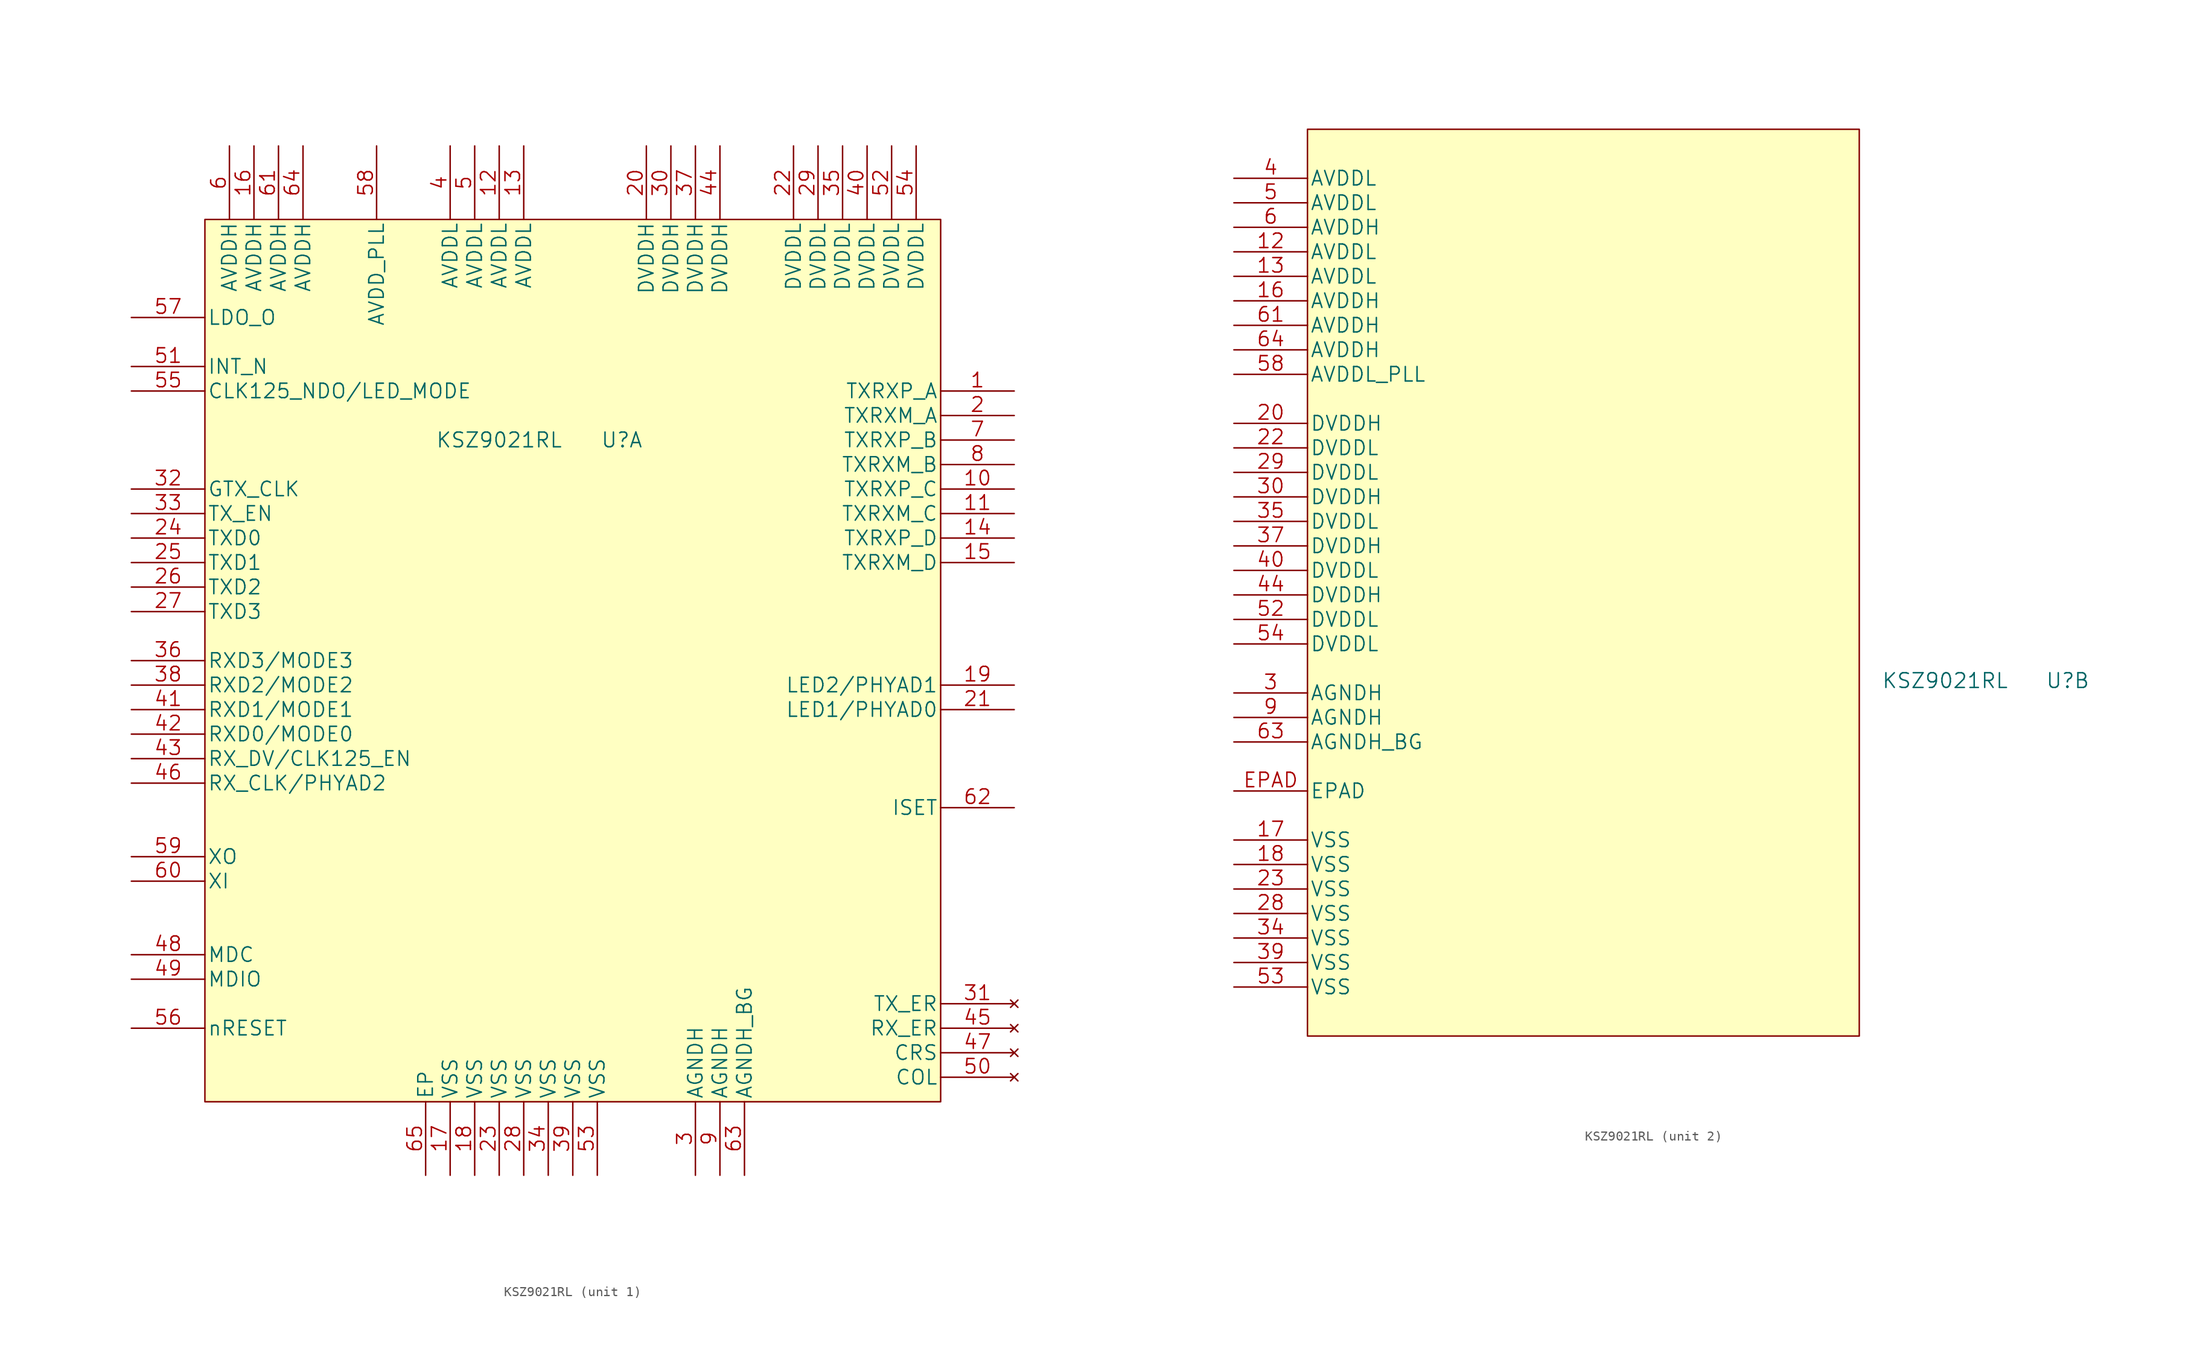
<source format=kicad_sym>
(kicad_symbol_lib
  (version 20211014)
  (generator kicad_symbol_editor)
  (symbol "KSZ9021RL"
    (pin_names
      (offset 0.254))
    (property "Reference" "U"
      (at 43.18 -22.86 0)
      (effects (font (size 1.524 1.524))))
    (property "Value" "KSZ9021RL"
      (at 30.48 -22.86 0)
      (effects (font (size 1.524 1.524))))
    (property "ki_locked" ""
      (at 0 0 0)
      (effects (font (size 1.27 1.27))))
    (symbol "KSZ9021RL_1_1"
      (rectangle (start 0 0) (end 76.2 -91.44) (stroke (width 0) (type default) (color 0 0 0 0)) (fill (type background)))
      (pin bidirectional line (at 83.82 -17.78 180) (length 7.62) (name "TXRXP_A" (effects (font (size 1.499 1.499)))) (number "1" (effects (font (size 1.499 1.499)))))
      (pin bidirectional line (at 83.82 -27.94 180) (length 7.62) (name "TXRXP_C" (effects (font (size 1.499 1.499)))) (number "10" (effects (font (size 1.499 1.499)))))
      (pin bidirectional line (at 83.82 -30.48 180) (length 7.62) (name "TXRXM_C" (effects (font (size 1.499 1.499)))) (number "11" (effects (font (size 1.499 1.499)))))
      (pin bidirectional line (at 30.48 7.62 270) (length 7.62) (name "AVDDL" (effects (font (size 1.499 1.499)))) (number "12" (effects (font (size 1.499 1.499)))))
      (pin bidirectional line (at 33.02 7.62 270) (length 7.62) (name "AVDDL" (effects (font (size 1.499 1.499)))) (number "13" (effects (font (size 1.499 1.499)))))
      (pin bidirectional line (at 83.82 -33.02 180) (length 7.62) (name "TXRXP_D" (effects (font (size 1.499 1.499)))) (number "14" (effects (font (size 1.499 1.499)))))
      (pin bidirectional line (at 83.82 -35.56 180) (length 7.62) (name "TXRXM_D" (effects (font (size 1.499 1.499)))) (number "15" (effects (font (size 1.499 1.499)))))
      (pin bidirectional line (at 5.08 7.62 270) (length 7.62) (name "AVDDH" (effects (font (size 1.499 1.499)))) (number "16" (effects (font (size 1.499 1.499)))))
      (pin bidirectional line (at 25.4 -99.06 90) (length 7.62) (name "VSS" (effects (font (size 1.499 1.499)))) (number "17" (effects (font (size 1.499 1.499)))))
      (pin bidirectional line (at 27.94 -99.06 90) (length 7.62) (name "VSS" (effects (font (size 1.499 1.499)))) (number "18" (effects (font (size 1.499 1.499)))))
      (pin bidirectional line (at 83.82 -48.26 180) (length 7.62) (name "LED2/PHYAD1" (effects (font (size 1.499 1.499)))) (number "19" (effects (font (size 1.499 1.499)))))
      (pin bidirectional line (at 83.82 -20.32 180) (length 7.62) (name "TXRXM_A" (effects (font (size 1.499 1.499)))) (number "2" (effects (font (size 1.499 1.499)))))
      (pin bidirectional line (at 45.72 7.62 270) (length 7.62) (name "DVDDH" (effects (font (size 1.499 1.499)))) (number "20" (effects (font (size 1.499 1.499)))))
      (pin bidirectional line (at 83.82 -50.8 180) (length 7.62) (name "LED1/PHYAD0" (effects (font (size 1.499 1.499)))) (number "21" (effects (font (size 1.499 1.499)))))
      (pin bidirectional line (at 60.96 7.62 270) (length 7.62) (name "DVDDL" (effects (font (size 1.499 1.499)))) (number "22" (effects (font (size 1.499 1.499)))))
      (pin bidirectional line (at 30.48 -99.06 90) (length 7.62) (name "VSS" (effects (font (size 1.499 1.499)))) (number "23" (effects (font (size 1.499 1.499)))))
      (pin input line (at -7.62 -33.02 0) (length 7.62) (name "TXD0" (effects (font (size 1.499 1.499)))) (number "24" (effects (font (size 1.499 1.499)))))
      (pin input line (at -7.62 -35.56 0) (length 7.62) (name "TXD1" (effects (font (size 1.499 1.499)))) (number "25" (effects (font (size 1.499 1.499)))))
      (pin input line (at -7.62 -38.1 0) (length 7.62) (name "TXD2" (effects (font (size 1.499 1.499)))) (number "26" (effects (font (size 1.499 1.499)))))
      (pin input line (at -7.62 -40.64 0) (length 7.62) (name "TXD3" (effects (font (size 1.499 1.499)))) (number "27" (effects (font (size 1.499 1.499)))))
      (pin bidirectional line (at 33.02 -99.06 90) (length 7.62) (name "VSS" (effects (font (size 1.499 1.499)))) (number "28" (effects (font (size 1.499 1.499)))))
      (pin bidirectional line (at 63.5 7.62 270) (length 7.62) (name "DVDDL" (effects (font (size 1.499 1.499)))) (number "29" (effects (font (size 1.499 1.499)))))
      (pin bidirectional line (at 50.8 -99.06 90) (length 7.62) (name "AGNDH" (effects (font (size 1.499 1.499)))) (number "3" (effects (font (size 1.499 1.499)))))
      (pin bidirectional line (at 48.26 7.62 270) (length 7.62) (name "DVDDH" (effects (font (size 1.499 1.499)))) (number "30" (effects (font (size 1.499 1.499)))))
      (pin no_connect line (at 83.82 -81.28 180) (length 7.62) (name "TX_ER" (effects (font (size 1.499 1.499)))) (number "31" (effects (font (size 1.499 1.499)))))
      (pin input line (at -7.62 -27.94 0) (length 7.62) (name "GTX_CLK" (effects (font (size 1.499 1.499)))) (number "32" (effects (font (size 1.499 1.499)))))
      (pin input line (at -7.62 -30.48 0) (length 7.62) (name "TX_EN" (effects (font (size 1.499 1.499)))) (number "33" (effects (font (size 1.499 1.499)))))
      (pin bidirectional line (at 35.56 -99.06 90) (length 7.62) (name "VSS" (effects (font (size 1.499 1.499)))) (number "34" (effects (font (size 1.499 1.499)))))
      (pin bidirectional line (at 66.04 7.62 270) (length 7.62) (name "DVDDL" (effects (font (size 1.499 1.499)))) (number "35" (effects (font (size 1.499 1.499)))))
      (pin bidirectional line (at -7.62 -45.72 0) (length 7.62) (name "RXD3/MODE3" (effects (font (size 1.499 1.499)))) (number "36" (effects (font (size 1.499 1.499)))))
      (pin bidirectional line (at 50.8 7.62 270) (length 7.62) (name "DVDDH" (effects (font (size 1.499 1.499)))) (number "37" (effects (font (size 1.499 1.499)))))
      (pin bidirectional line (at -7.62 -48.26 0) (length 7.62) (name "RXD2/MODE2" (effects (font (size 1.499 1.499)))) (number "38" (effects (font (size 1.499 1.499)))))
      (pin bidirectional line (at 38.1 -99.06 90) (length 7.62) (name "VSS" (effects (font (size 1.499 1.499)))) (number "39" (effects (font (size 1.499 1.499)))))
      (pin bidirectional line (at 25.4 7.62 270) (length 7.62) (name "AVDDL" (effects (font (size 1.499 1.499)))) (number "4" (effects (font (size 1.499 1.499)))))
      (pin bidirectional line (at 68.58 7.62 270) (length 7.62) (name "DVDDL" (effects (font (size 1.499 1.499)))) (number "40" (effects (font (size 1.499 1.499)))))
      (pin bidirectional line (at -7.62 -50.8 0) (length 7.62) (name "RXD1/MODE1" (effects (font (size 1.499 1.499)))) (number "41" (effects (font (size 1.499 1.499)))))
      (pin bidirectional line (at -7.62 -53.34 0) (length 7.62) (name "RXD0/MODE0" (effects (font (size 1.499 1.499)))) (number "42" (effects (font (size 1.499 1.499)))))
      (pin bidirectional line (at -7.62 -55.88 0) (length 7.62) (name "RX_DV/CLK125_EN" (effects (font (size 1.499 1.499)))) (number "43" (effects (font (size 1.499 1.499)))))
      (pin bidirectional line (at 53.34 7.62 270) (length 7.62) (name "DVDDH" (effects (font (size 1.499 1.499)))) (number "44" (effects (font (size 1.499 1.499)))))
      (pin no_connect line (at 83.82 -83.82 180) (length 7.62) (name "RX_ER" (effects (font (size 1.499 1.499)))) (number "45" (effects (font (size 1.499 1.499)))))
      (pin bidirectional line (at -7.62 -58.42 0) (length 7.62) (name "RX_CLK/PHYAD2" (effects (font (size 1.499 1.499)))) (number "46" (effects (font (size 1.499 1.499)))))
      (pin no_connect line (at 83.82 -86.36 180) (length 7.62) (name "CRS" (effects (font (size 1.499 1.499)))) (number "47" (effects (font (size 1.499 1.499)))))
      (pin input line (at -7.62 -76.2 0) (length 7.62) (name "MDC" (effects (font (size 1.499 1.499)))) (number "48" (effects (font (size 1.499 1.499)))))
      (pin bidirectional line (at -7.62 -78.74 0) (length 7.62) (name "MDIO" (effects (font (size 1.499 1.499)))) (number "49" (effects (font (size 1.499 1.499)))))
      (pin bidirectional line (at 27.94 7.62 270) (length 7.62) (name "AVDDL" (effects (font (size 1.499 1.499)))) (number "5" (effects (font (size 1.499 1.499)))))
      (pin no_connect line (at 83.82 -88.9 180) (length 7.62) (name "COL" (effects (font (size 1.499 1.499)))) (number "50" (effects (font (size 1.499 1.499)))))
      (pin output line (at -7.62 -15.24 0) (length 7.62) (name "INT_N" (effects (font (size 1.499 1.499)))) (number "51" (effects (font (size 1.499 1.499)))))
      (pin bidirectional line (at 71.12 7.62 270) (length 7.62) (name "DVDDL" (effects (font (size 1.499 1.499)))) (number "52" (effects (font (size 1.499 1.499)))))
      (pin bidirectional line (at 40.64 -99.06 90) (length 7.62) (name "VSS" (effects (font (size 1.499 1.499)))) (number "53" (effects (font (size 1.499 1.499)))))
      (pin bidirectional line (at 73.66 7.62 270) (length 7.62) (name "DVDDL" (effects (font (size 1.499 1.499)))) (number "54" (effects (font (size 1.499 1.499)))))
      (pin bidirectional line (at -7.62 -17.78 0) (length 7.62) (name "CLK125_NDO/LED_MODE" (effects (font (size 1.499 1.499)))) (number "55" (effects (font (size 1.499 1.499)))))
      (pin input line (at -7.62 -83.82 0) (length 7.62) (name "nRESET" (effects (font (size 1.499 1.499)))) (number "56" (effects (font (size 1.499 1.499)))))
      (pin input line (at -7.62 -10.16 0) (length 7.62) (name "LDO_O" (effects (font (size 1.499 1.499)))) (number "57" (effects (font (size 1.499 1.499)))))
      (pin bidirectional line (at 17.78 7.62 270) (length 7.62) (name "AVDD_PLL" (effects (font (size 1.499 1.499)))) (number "58" (effects (font (size 1.499 1.499)))))
      (pin input line (at -7.62 -66.04 0) (length 7.62) (name "XO" (effects (font (size 1.499 1.499)))) (number "59" (effects (font (size 1.499 1.499)))))
      (pin bidirectional line (at 2.54 7.62 270) (length 7.62) (name "AVDDH" (effects (font (size 1.499 1.499)))) (number "6" (effects (font (size 1.499 1.499)))))
      (pin input line (at -7.62 -68.58 0) (length 7.62) (name "XI" (effects (font (size 1.499 1.499)))) (number "60" (effects (font (size 1.499 1.499)))))
      (pin bidirectional line (at 7.62 7.62 270) (length 7.62) (name "AVDDH" (effects (font (size 1.499 1.499)))) (number "61" (effects (font (size 1.499 1.499)))))
      (pin bidirectional line (at 83.82 -60.96 180) (length 7.62) (name "ISET" (effects (font (size 1.499 1.499)))) (number "62" (effects (font (size 1.499 1.499)))))
      (pin bidirectional line (at 55.88 -99.06 90) (length 7.62) (name "AGNDH_BG" (effects (font (size 1.499 1.499)))) (number "63" (effects (font (size 1.499 1.499)))))
      (pin bidirectional line (at 10.16 7.62 270) (length 7.62) (name "AVDDH" (effects (font (size 1.499 1.499)))) (number "64" (effects (font (size 1.499 1.499)))))
      (pin bidirectional line (at 22.86 -99.06 90) (length 7.62) (name "EP" (effects (font (size 1.499 1.499)))) (number "65" (effects (font (size 1.499 1.499)))))
      (pin bidirectional line (at 83.82 -22.86 180) (length 7.62) (name "TXRXP_B" (effects (font (size 1.499 1.499)))) (number "7" (effects (font (size 1.499 1.499)))))
      (pin bidirectional line (at 83.82 -25.4 180) (length 7.62) (name "TXRXM_B" (effects (font (size 1.499 1.499)))) (number "8" (effects (font (size 1.499 1.499)))))
      (pin bidirectional line (at 53.34 -99.06 90) (length 7.62) (name "AGNDH" (effects (font (size 1.499 1.499)))) (number "9" (effects (font (size 1.499 1.499))))))
    (symbol "KSZ9021RL_2_1"
      (rectangle (start -35.56 34.29) (end 21.59 -59.69) (stroke (width 0) (type default) (color 0 0 0 0)) (fill (type background)))
      (pin power_in line (at -43.18 21.59 0) (length 7.62) (name "AVDDL" (effects (font (size 1.499 1.499)))) (number "12" (effects (font (size 1.499 1.499)))))
      (pin power_in line (at -43.18 19.05 0) (length 7.62) (name "AVDDL" (effects (font (size 1.499 1.499)))) (number "13" (effects (font (size 1.499 1.499)))))
      (pin power_in line (at -43.18 16.51 0) (length 7.62) (name "AVDDH" (effects (font (size 1.499 1.499)))) (number "16" (effects (font (size 1.499 1.499)))))
      (pin power_in line (at -43.18 -39.37 0) (length 7.62) (name "VSS" (effects (font (size 1.499 1.499)))) (number "17" (effects (font (size 1.499 1.499)))))
      (pin power_in line (at -43.18 -41.91 0) (length 7.62) (name "VSS" (effects (font (size 1.499 1.499)))) (number "18" (effects (font (size 1.499 1.499)))))
      (pin power_in line (at -43.18 3.81 0) (length 7.62) (name "DVDDH" (effects (font (size 1.499 1.499)))) (number "20" (effects (font (size 1.499 1.499)))))
      (pin power_in line (at -43.18 1.27 0) (length 7.62) (name "DVDDL" (effects (font (size 1.499 1.499)))) (number "22" (effects (font (size 1.499 1.499)))))
      (pin power_in line (at -43.18 -44.45 0) (length 7.62) (name "VSS" (effects (font (size 1.499 1.499)))) (number "23" (effects (font (size 1.499 1.499)))))
      (pin power_in line (at -43.18 -46.99 0) (length 7.62) (name "VSS" (effects (font (size 1.499 1.499)))) (number "28" (effects (font (size 1.499 1.499)))))
      (pin power_in line (at -43.18 -1.27 0) (length 7.62) (name "DVDDL" (effects (font (size 1.499 1.499)))) (number "29" (effects (font (size 1.499 1.499)))))
      (pin power_in line (at -43.18 -24.13 0) (length 7.62) (name "AGNDH" (effects (font (size 1.499 1.499)))) (number "3" (effects (font (size 1.499 1.499)))))
      (pin power_in line (at -43.18 -3.81 0) (length 7.62) (name "DVDDH" (effects (font (size 1.499 1.499)))) (number "30" (effects (font (size 1.499 1.499)))))
      (pin power_in line (at -43.18 -49.53 0) (length 7.62) (name "VSS" (effects (font (size 1.499 1.499)))) (number "34" (effects (font (size 1.499 1.499)))))
      (pin power_in line (at -43.18 -6.35 0) (length 7.62) (name "DVDDL" (effects (font (size 1.499 1.499)))) (number "35" (effects (font (size 1.499 1.499)))))
      (pin power_in line (at -43.18 -8.89 0) (length 7.62) (name "DVDDH" (effects (font (size 1.499 1.499)))) (number "37" (effects (font (size 1.499 1.499)))))
      (pin power_in line (at -43.18 -52.07 0) (length 7.62) (name "VSS" (effects (font (size 1.499 1.499)))) (number "39" (effects (font (size 1.499 1.499)))))
      (pin power_in line (at -43.18 29.21 0) (length 7.62) (name "AVDDL" (effects (font (size 1.499 1.499)))) (number "4" (effects (font (size 1.499 1.499)))))
      (pin power_in line (at -43.18 -11.43 0) (length 7.62) (name "DVDDL" (effects (font (size 1.499 1.499)))) (number "40" (effects (font (size 1.499 1.499)))))
      (pin power_in line (at -43.18 -13.97 0) (length 7.62) (name "DVDDH" (effects (font (size 1.499 1.499)))) (number "44" (effects (font (size 1.499 1.499)))))
      (pin power_in line (at -43.18 26.67 0) (length 7.62) (name "AVDDL" (effects (font (size 1.499 1.499)))) (number "5" (effects (font (size 1.499 1.499)))))
      (pin power_in line (at -43.18 -16.51 0) (length 7.62) (name "DVDDL" (effects (font (size 1.499 1.499)))) (number "52" (effects (font (size 1.499 1.499)))))
      (pin power_in line (at -43.18 -54.61 0) (length 7.62) (name "VSS" (effects (font (size 1.499 1.499)))) (number "53" (effects (font (size 1.499 1.499)))))
      (pin power_in line (at -43.18 -19.05 0) (length 7.62) (name "DVDDL" (effects (font (size 1.499 1.499)))) (number "54" (effects (font (size 1.499 1.499)))))
      (pin power_in line (at -43.18 8.89 0) (length 7.62) (name "AVDDL_PLL" (effects (font (size 1.499 1.499)))) (number "58" (effects (font (size 1.499 1.499)))))
      (pin power_in line (at -43.18 24.13 0) (length 7.62) (name "AVDDH" (effects (font (size 1.499 1.499)))) (number "6" (effects (font (size 1.499 1.499)))))
      (pin power_in line (at -43.18 13.97 0) (length 7.62) (name "AVDDH" (effects (font (size 1.499 1.499)))) (number "61" (effects (font (size 1.499 1.499)))))
      (pin power_in line (at -43.18 -29.21 0) (length 7.62) (name "AGNDH_BG" (effects (font (size 1.499 1.499)))) (number "63" (effects (font (size 1.499 1.499)))))
      (pin power_in line (at -43.18 11.43 0) (length 7.62) (name "AVDDH" (effects (font (size 1.499 1.499)))) (number "64" (effects (font (size 1.499 1.499)))))
      (pin power_in line (at -43.18 -26.67 0) (length 7.62) (name "AGNDH" (effects (font (size 1.499 1.499)))) (number "9" (effects (font (size 1.499 1.499)))))
      (pin power_in line (at -43.18 -34.29 0) (length 7.62) (name "EPAD" (effects (font (size 1.499 1.499)))) (number "EPAD" (effects (font (size 1.499 1.499))))))))
</source>
